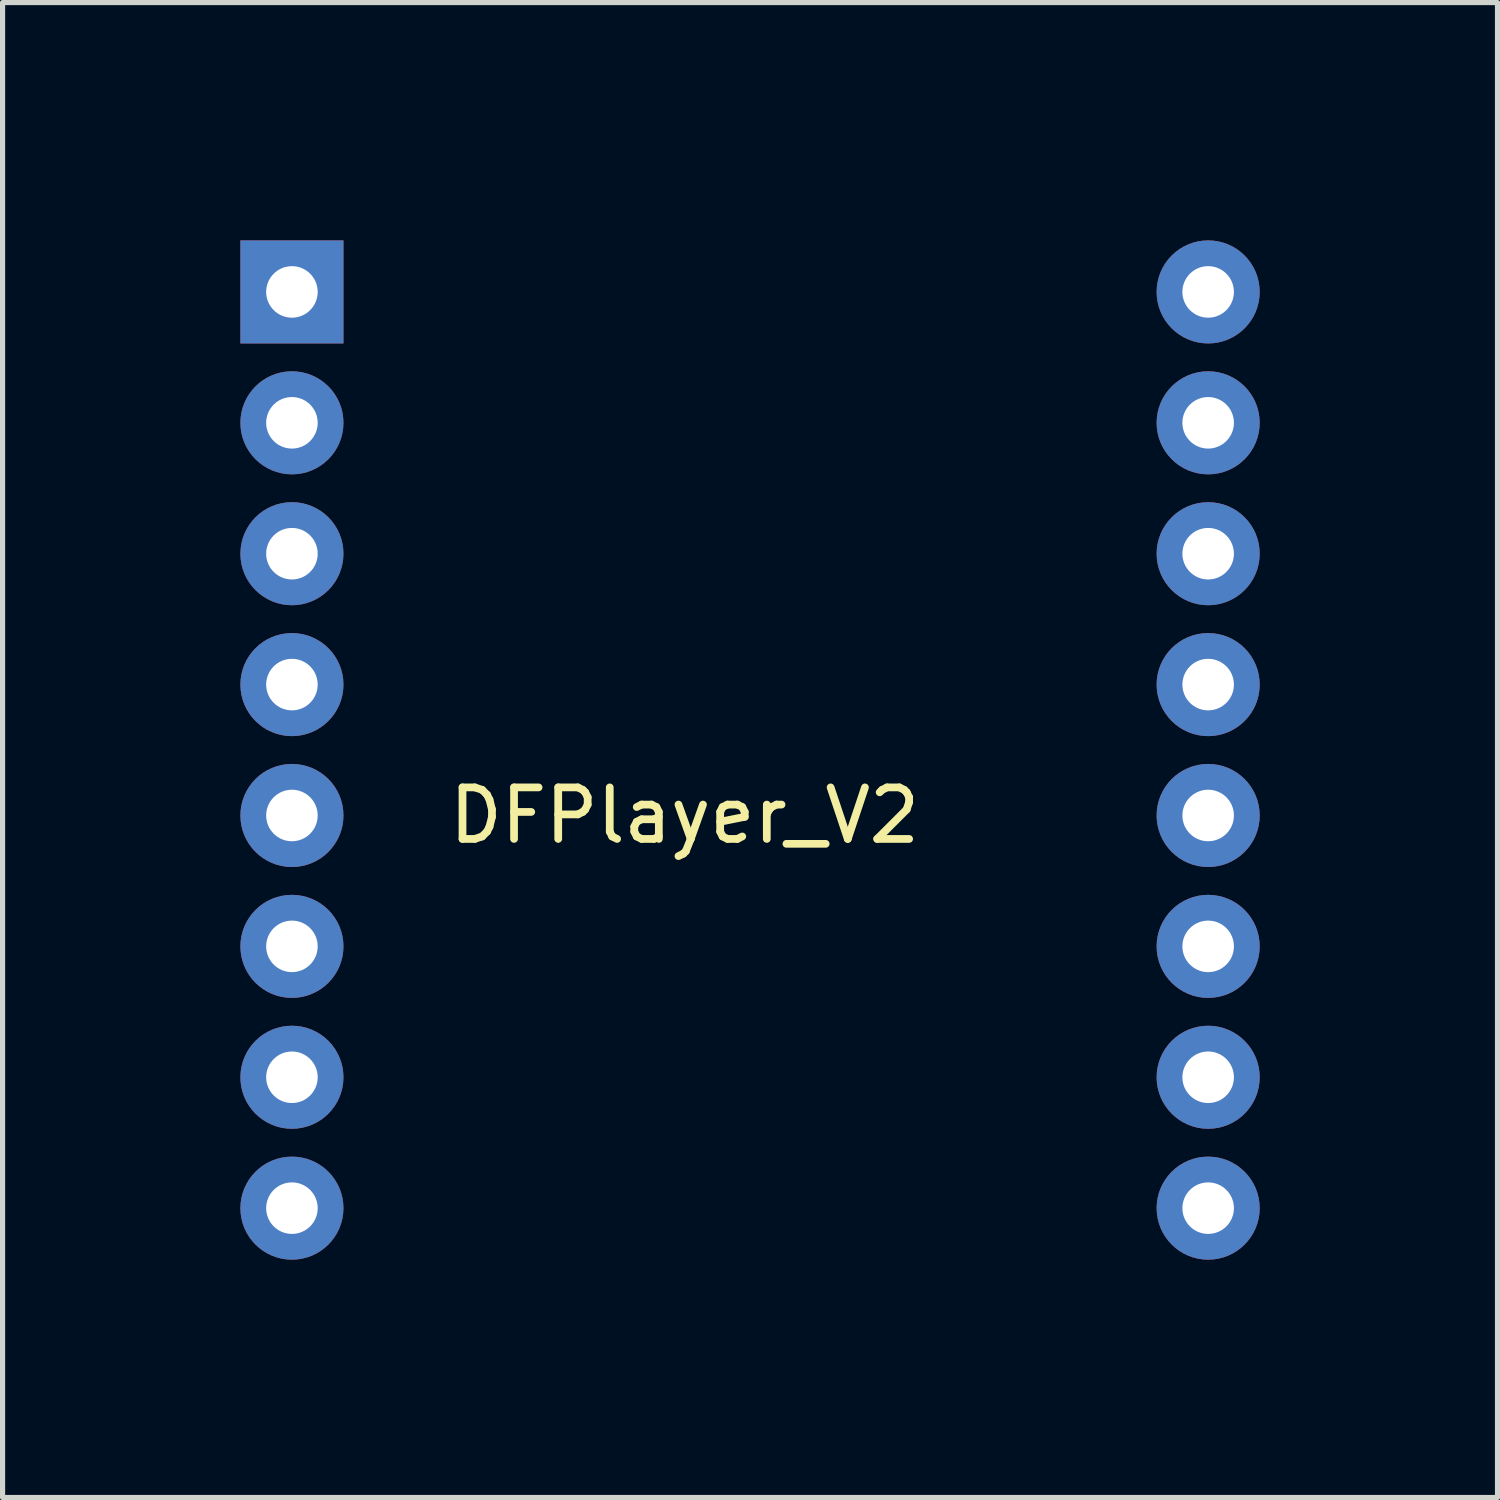
<source format=kicad_pcb>
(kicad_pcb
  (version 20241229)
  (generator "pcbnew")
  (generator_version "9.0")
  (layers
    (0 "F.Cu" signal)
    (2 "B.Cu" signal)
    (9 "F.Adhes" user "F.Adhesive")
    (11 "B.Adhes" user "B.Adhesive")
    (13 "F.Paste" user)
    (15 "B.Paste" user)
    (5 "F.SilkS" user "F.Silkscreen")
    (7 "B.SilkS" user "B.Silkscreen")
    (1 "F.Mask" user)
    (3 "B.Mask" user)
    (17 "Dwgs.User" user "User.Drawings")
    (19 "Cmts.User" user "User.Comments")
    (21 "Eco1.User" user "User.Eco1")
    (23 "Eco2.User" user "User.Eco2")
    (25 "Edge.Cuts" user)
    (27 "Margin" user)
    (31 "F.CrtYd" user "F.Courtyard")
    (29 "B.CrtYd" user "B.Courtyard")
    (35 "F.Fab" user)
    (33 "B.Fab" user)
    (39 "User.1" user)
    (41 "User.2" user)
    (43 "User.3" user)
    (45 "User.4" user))
  (footprint "DFPlayer_V2"
    (layer "F.Cu")
    (at 10.235 2.615)
    (property "Reference" "DFPlayer_V2" (at 0 10.16 0) (layer "F.SilkS") (effects (font (size 1 1) (thickness 0.15))))
    (attr through_hole)
    (fp_line (start -10.16 -2.54) (end 12.7 -2.54) (stroke (width 0.15) (type solid)) (layer "B.Mask"))
    (fp_line (start -10.16 20.32) (end -10.16 -2.54) (stroke (width 0.15) (type solid)) (layer "B.Mask"))
    (fp_line (start 12.7 -2.54) (end 12.7 20.32) (stroke (width 0.15) (type solid)) (layer "B.Mask"))
    (fp_line (start 12.7 20.32) (end -10.16 20.32) (stroke (width 0.15) (type solid)) (layer "B.Mask"))
    (pad "1" thru_hole rect (at -7.62 0) (size 2 2) (drill 1) (layers "*.Cu" "*.Mask"))
    (pad "2" thru_hole circle (at -7.62 2.54) (size 2 2) (drill 1) (layers "*.Cu" "*.Mask"))
    (pad "3" thru_hole circle (at -7.62 5.08) (size 2 2) (drill 1) (layers "*.Cu" "*.Mask"))
    (pad "4" thru_hole circle (at -7.62 7.62) (size 2 2) (drill 1) (layers "*.Cu" "*.Mask"))
    (pad "5" thru_hole circle (at -7.62 10.16) (size 2 2) (drill 1) (layers "*.Cu" "*.Mask"))
    (pad "6" thru_hole circle (at -7.62 12.7) (size 2 2) (drill 1) (layers "*.Cu" "*.Mask"))
    (pad "7" thru_hole circle (at -7.62 15.24) (size 2 2) (drill 1) (layers "*.Cu" "*.Mask"))
    (pad "8" thru_hole circle (at -7.62 17.78) (size 2 2) (drill 1) (layers "*.Cu" "*.Mask"))
    (pad "9" thru_hole circle (at 10.16 17.78) (size 2 2) (drill 1) (layers "*.Cu" "*.Mask"))
    (pad "10" thru_hole circle (at 10.16 15.24) (size 2 2) (drill 1) (layers "*.Cu" "*.Mask"))
    (pad "11" thru_hole circle (at 10.16 12.7) (size 2 2) (drill 1) (layers "*.Cu" "*.Mask"))
    (pad "12" thru_hole circle (at 10.16 10.16) (size 2 2) (drill 1) (layers "*.Cu" "*.Mask"))
    (pad "13" thru_hole circle (at 10.16 7.62) (size 2 2) (drill 1) (layers "*.Cu" "*.Mask"))
    (pad "14" thru_hole circle (at 10.16 5.08) (size 2 2) (drill 1) (layers "*.Cu" "*.Mask"))
    (pad "15" thru_hole circle (at 10.16 2.54) (size 2 2) (drill 1) (layers "*.Cu" "*.Mask"))
    (pad "16" thru_hole circle (at 10.16 0) (size 2 2) (drill 1) (layers "*.Cu" "*.Mask")))
  (gr_rect
    (start -3 -3)
    (end 26.01 26.01)
    (stroke (width 0.1) (type default))
    (fill no)
    (layer "Edge.Cuts")))
</source>
